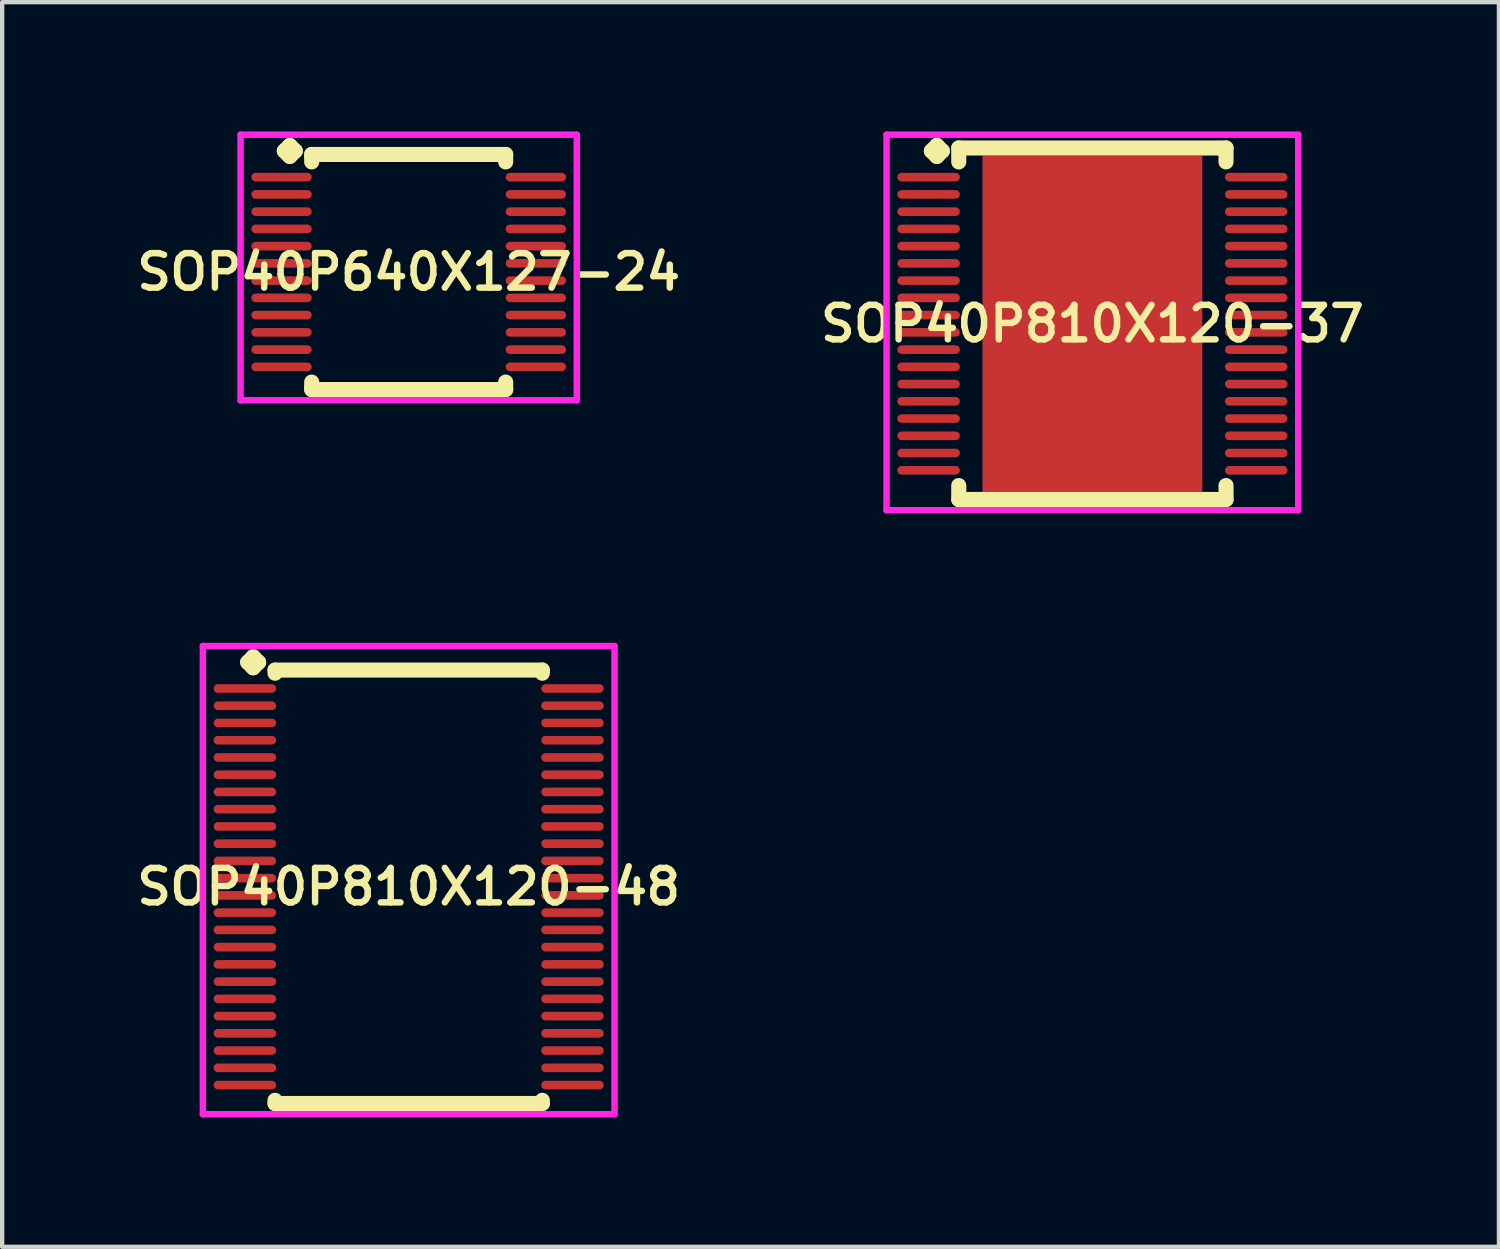
<source format=kicad_pcb>
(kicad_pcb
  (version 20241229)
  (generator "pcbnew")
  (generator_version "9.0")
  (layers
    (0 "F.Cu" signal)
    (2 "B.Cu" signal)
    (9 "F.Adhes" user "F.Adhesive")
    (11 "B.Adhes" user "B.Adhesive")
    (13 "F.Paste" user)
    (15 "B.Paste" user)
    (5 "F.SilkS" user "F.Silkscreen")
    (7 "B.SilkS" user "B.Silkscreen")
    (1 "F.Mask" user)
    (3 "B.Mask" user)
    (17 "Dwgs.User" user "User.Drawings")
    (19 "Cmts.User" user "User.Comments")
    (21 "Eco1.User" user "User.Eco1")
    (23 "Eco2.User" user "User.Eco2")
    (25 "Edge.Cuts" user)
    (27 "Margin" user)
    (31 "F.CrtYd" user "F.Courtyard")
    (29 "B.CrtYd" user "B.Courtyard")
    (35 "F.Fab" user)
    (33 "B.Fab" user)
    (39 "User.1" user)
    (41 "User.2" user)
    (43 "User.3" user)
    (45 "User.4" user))
  (footprint "SOP40P640X127-24"
    (layer "F.Cu")
    (at 6.431 3.26)
    (property "Reference" "SOP40P640X127-24" (at 0 0 0) (layer "F.SilkS") (effects (font (size 0.8 0.8) (thickness 0.15))))
    (attr smd)
    (fp_line (start -2.885 -2.808) (end -2.758 -2.935) (stroke (width 0.35) (type solid)) (layer "F.SilkS"))
    (fp_line (start -2.758 -2.935) (end -2.631 -2.808) (stroke (width 0.35) (type solid)) (layer "F.SilkS"))
    (fp_line (start -2.758 -2.681) (end -2.885 -2.808) (stroke (width 0.35) (type solid)) (layer "F.SilkS"))
    (fp_line (start -2.631 -2.808) (end -2.758 -2.681) (stroke (width 0.35) (type solid)) (layer "F.SilkS"))
    (fp_line (start -2.25 -2.727) (end 2.25 -2.727) (stroke (width 0.35) (type solid)) (layer "F.SilkS"))
    (fp_line (start -2.25 -2.554) (end -2.25 -2.727) (stroke (width 0.35) (type solid)) (layer "F.SilkS"))
    (fp_line (start -2.25 2.554) (end -2.25 2.727) (stroke (width 0.35) (type solid)) (layer "F.SilkS"))
    (fp_line (start -2.25 2.727) (end 2.25 2.727) (stroke (width 0.35) (type solid)) (layer "F.SilkS"))
    (fp_line (start 2.25 -2.727) (end 2.25 -2.554) (stroke (width 0.35) (type solid)) (layer "F.SilkS"))
    (fp_line (start 2.25 2.727) (end 2.25 2.554) (stroke (width 0.35) (type solid)) (layer "F.SilkS"))
    (fp_line (start -3.9 -3.185) (end 3.9 -3.185) (stroke (width 0.15) (type solid)) (layer "F.CrtYd"))
    (fp_line (start -3.9 2.977) (end -3.9 -3.185) (stroke (width 0.15) (type solid)) (layer "F.CrtYd"))
    (fp_line (start 3.9 -3.185) (end 3.9 2.977) (stroke (width 0.15) (type solid)) (layer "F.CrtYd"))
    (fp_line (start 3.9 2.977) (end -3.9 2.977) (stroke (width 0.15) (type solid)) (layer "F.CrtYd"))
    (pad "1" smd oval (at -2.95 -2.2) (size 1.4 0.2) (layers "F.Cu" "F.Mask" "F.Paste"))
    (pad "2" smd oval (at -2.95 -1.8) (size 1.4 0.2) (layers "F.Cu" "F.Mask" "F.Paste"))
    (pad "3" smd oval (at -2.95 -1.4) (size 1.4 0.2) (layers "F.Cu" "F.Mask" "F.Paste"))
    (pad "4" smd oval (at -2.95 -1) (size 1.4 0.2) (layers "F.Cu" "F.Mask" "F.Paste"))
    (pad "5" smd oval (at -2.95 -0.6) (size 1.4 0.2) (layers "F.Cu" "F.Mask" "F.Paste"))
    (pad "6" smd oval (at -2.95 -0.2) (size 1.4 0.2) (layers "F.Cu" "F.Mask" "F.Paste"))
    (pad "7" smd oval (at -2.95 0.2) (size 1.4 0.2) (layers "F.Cu" "F.Mask" "F.Paste"))
    (pad "8" smd oval (at -2.95 0.6) (size 1.4 0.2) (layers "F.Cu" "F.Mask" "F.Paste"))
    (pad "9" smd oval (at -2.95 1) (size 1.4 0.2) (layers "F.Cu" "F.Mask" "F.Paste"))
    (pad "10" smd oval (at -2.95 1.4) (size 1.4 0.2) (layers "F.Cu" "F.Mask" "F.Paste"))
    (pad "11" smd oval (at -2.95 1.8) (size 1.4 0.2) (layers "F.Cu" "F.Mask" "F.Paste"))
    (pad "12" smd oval (at -2.95 2.2) (size 1.4 0.2) (layers "F.Cu" "F.Mask" "F.Paste"))
    (pad "13" smd oval (at 2.95 2.2) (size 1.4 0.2) (layers "F.Cu" "F.Mask" "F.Paste"))
    (pad "14" smd oval (at 2.95 1.8) (size 1.4 0.2) (layers "F.Cu" "F.Mask" "F.Paste"))
    (pad "15" smd oval (at 2.95 1.4) (size 1.4 0.2) (layers "F.Cu" "F.Mask" "F.Paste"))
    (pad "16" smd oval (at 2.95 1) (size 1.4 0.2) (layers "F.Cu" "F.Mask" "F.Paste"))
    (pad "17" smd oval (at 2.95 0.6) (size 1.4 0.2) (layers "F.Cu" "F.Mask" "F.Paste"))
    (pad "18" smd oval (at 2.95 0.2) (size 1.4 0.2) (layers "F.Cu" "F.Mask" "F.Paste"))
    (pad "19" smd oval (at 2.95 -0.2) (size 1.4 0.2) (layers "F.Cu" "F.Mask" "F.Paste"))
    (pad "20" smd oval (at 2.95 -0.6) (size 1.4 0.2) (layers "F.Cu" "F.Mask" "F.Paste"))
    (pad "21" smd oval (at 2.95 -1) (size 1.4 0.2) (layers "F.Cu" "F.Mask" "F.Paste"))
    (pad "22" smd oval (at 2.95 -1.4) (size 1.4 0.2) (layers "F.Cu" "F.Mask" "F.Paste"))
    (pad "23" smd oval (at 2.95 -1.8) (size 1.4 0.2) (layers "F.Cu" "F.Mask" "F.Paste"))
    (pad "24" smd oval (at 2.95 -2.2) (size 1.4 0.2) (layers "F.Cu" "F.Mask" "F.Paste")))
  (footprint "SOP40P810X120-37"
    (layer "F.Cu")
    (at 22.292 4.46)
    (property "Reference" "SOP40P810X120-37" (at 0 0 0) (layer "F.SilkS") (effects (font (size 0.8 0.8) (thickness 0.15))))
    (attr through_hole)
    (fp_line (start -3.735 -4.008) (end -3.608 -4.135) (stroke (width 0.35) (type solid)) (layer "F.SilkS"))
    (fp_line (start -3.608 -4.135) (end -3.481 -4.008) (stroke (width 0.35) (type solid)) (layer "F.SilkS"))
    (fp_line (start -3.608 -3.881) (end -3.735 -4.008) (stroke (width 0.35) (type solid)) (layer "F.SilkS"))
    (fp_line (start -3.481 -4.008) (end -3.608 -3.881) (stroke (width 0.35) (type solid)) (layer "F.SilkS"))
    (fp_line (start -3.1 -4.077) (end 3.1 -4.077) (stroke (width 0.35) (type solid)) (layer "F.SilkS"))
    (fp_line (start -3.1 -3.754) (end -3.1 -4.077) (stroke (width 0.35) (type solid)) (layer "F.SilkS"))
    (fp_line (start -3.1 3.754) (end -3.1 4.077) (stroke (width 0.35) (type solid)) (layer "F.SilkS"))
    (fp_line (start -3.1 4.077) (end 3.1 4.077) (stroke (width 0.35) (type solid)) (layer "F.SilkS"))
    (fp_line (start 3.1 -4.077) (end 3.1 -3.754) (stroke (width 0.35) (type solid)) (layer "F.SilkS"))
    (fp_line (start 3.1 4.077) (end 3.1 3.754) (stroke (width 0.35) (type solid)) (layer "F.SilkS"))
    (fp_line (start -4.775 -4.385) (end 4.775 -4.385) (stroke (width 0.15) (type solid)) (layer "F.CrtYd"))
    (fp_line (start -4.775 4.327) (end -4.775 -4.385) (stroke (width 0.15) (type solid)) (layer "F.CrtYd"))
    (fp_line (start 4.775 -4.385) (end 4.775 4.327) (stroke (width 0.15) (type solid)) (layer "F.CrtYd"))
    (fp_line (start 4.775 4.327) (end -4.775 4.327) (stroke (width 0.15) (type solid)) (layer "F.CrtYd"))
    (pad "1" smd oval (at -3.8 -3.4) (size 1.45 0.2) (layers "F.Cu" "F.Mask" "F.Paste"))
    (pad "2" smd oval (at -3.8 -3) (size 1.45 0.2) (layers "F.Cu" "F.Mask" "F.Paste"))
    (pad "3" smd oval (at -3.8 -2.6) (size 1.45 0.2) (layers "F.Cu" "F.Mask" "F.Paste"))
    (pad "4" smd oval (at -3.8 -2.2) (size 1.45 0.2) (layers "F.Cu" "F.Mask" "F.Paste"))
    (pad "5" smd oval (at -3.8 -1.8) (size 1.45 0.2) (layers "F.Cu" "F.Mask" "F.Paste"))
    (pad "6" smd oval (at -3.8 -1.4) (size 1.45 0.2) (layers "F.Cu" "F.Mask" "F.Paste"))
    (pad "7" smd oval (at -3.8 -1) (size 1.45 0.2) (layers "F.Cu" "F.Mask" "F.Paste"))
    (pad "8" smd oval (at -3.8 -0.6) (size 1.45 0.2) (layers "F.Cu" "F.Mask" "F.Paste"))
    (pad "9" smd oval (at -3.8 -0.2) (size 1.45 0.2) (layers "F.Cu" "F.Mask" "F.Paste"))
    (pad "10" smd oval (at -3.8 0.2) (size 1.45 0.2) (layers "F.Cu" "F.Mask" "F.Paste"))
    (pad "11" smd oval (at -3.8 0.6) (size 1.45 0.2) (layers "F.Cu" "F.Mask" "F.Paste"))
    (pad "12" smd oval (at -3.8 1) (size 1.45 0.2) (layers "F.Cu" "F.Mask" "F.Paste"))
    (pad "13" smd oval (at -3.8 1.4) (size 1.45 0.2) (layers "F.Cu" "F.Mask" "F.Paste"))
    (pad "14" smd oval (at -3.8 1.8) (size 1.45 0.2) (layers "F.Cu" "F.Mask" "F.Paste"))
    (pad "15" smd oval (at -3.8 2.2) (size 1.45 0.2) (layers "F.Cu" "F.Mask" "F.Paste"))
    (pad "16" smd oval (at -3.8 2.6) (size 1.45 0.2) (layers "F.Cu" "F.Mask" "F.Paste"))
    (pad "17" smd oval (at -3.8 3) (size 1.45 0.2) (layers "F.Cu" "F.Mask" "F.Paste"))
    (pad "18" smd oval (at -3.8 3.4) (size 1.45 0.2) (layers "F.Cu" "F.Mask" "F.Paste"))
    (pad "19" smd oval (at 3.8 3.4) (size 1.45 0.2) (layers "F.Cu" "F.Mask" "F.Paste"))
    (pad "20" smd oval (at 3.8 3) (size 1.45 0.2) (layers "F.Cu" "F.Mask" "F.Paste"))
    (pad "21" smd oval (at 3.8 2.6) (size 1.45 0.2) (layers "F.Cu" "F.Mask" "F.Paste"))
    (pad "22" smd oval (at 3.8 2.2) (size 1.45 0.2) (layers "F.Cu" "F.Mask" "F.Paste"))
    (pad "23" smd oval (at 3.8 1.8) (size 1.45 0.2) (layers "F.Cu" "F.Mask" "F.Paste"))
    (pad "24" smd oval (at 3.8 1.4) (size 1.45 0.2) (layers "F.Cu" "F.Mask" "F.Paste"))
    (pad "25" smd oval (at 3.8 1) (size 1.45 0.2) (layers "F.Cu" "F.Mask" "F.Paste"))
    (pad "26" smd oval (at 3.8 0.6) (size 1.45 0.2) (layers "F.Cu" "F.Mask" "F.Paste"))
    (pad "27" smd oval (at 3.8 0.2) (size 1.45 0.2) (layers "F.Cu" "F.Mask" "F.Paste"))
    (pad "28" smd oval (at 3.8 -0.2) (size 1.45 0.2) (layers "F.Cu" "F.Mask" "F.Paste"))
    (pad "29" smd oval (at 3.8 -0.6) (size 1.45 0.2) (layers "F.Cu" "F.Mask" "F.Paste"))
    (pad "30" smd oval (at 3.8 -1) (size 1.45 0.2) (layers "F.Cu" "F.Mask" "F.Paste"))
    (pad "31" smd oval (at 3.8 -1.4) (size 1.45 0.2) (layers "F.Cu" "F.Mask" "F.Paste"))
    (pad "32" smd oval (at 3.8 -1.8) (size 1.45 0.2) (layers "F.Cu" "F.Mask" "F.Paste"))
    (pad "33" smd oval (at 3.8 -2.2) (size 1.45 0.2) (layers "F.Cu" "F.Mask" "F.Paste"))
    (pad "34" smd oval (at 3.8 -2.6) (size 1.45 0.2) (layers "F.Cu" "F.Mask" "F.Paste"))
    (pad "35" smd oval (at 3.8 -3) (size 1.45 0.2) (layers "F.Cu" "F.Mask" "F.Paste"))
    (pad "36" smd oval (at 3.8 -3.4) (size 1.45 0.2) (layers "F.Cu" "F.Mask" "F.Paste"))
    (pad "37" smd rect (at 0 0) (size 5.1 7.8) (layers "F.Cu" "F.Mask" "F.Paste")))
  (footprint "SOP40P810X120-48"
    (layer "F.Cu")
    (at 6.431 17.522)
    (property "Reference" "SOP40P810X120-48" (at 0 0 0) (layer "F.SilkS") (effects (font (size 0.8 0.8) (thickness 0.15))))
    (attr through_hole)
    (fp_line (start -3.735 -5.208) (end -3.608 -5.335) (stroke (width 0.35) (type solid)) (layer "F.SilkS"))
    (fp_line (start -3.608 -5.335) (end -3.481 -5.208) (stroke (width 0.35) (type solid)) (layer "F.SilkS"))
    (fp_line (start -3.608 -5.081) (end -3.735 -5.208) (stroke (width 0.35) (type solid)) (layer "F.SilkS"))
    (fp_line (start -3.481 -5.208) (end -3.608 -5.081) (stroke (width 0.35) (type solid)) (layer "F.SilkS"))
    (fp_line (start -3.1 -5.027) (end 3.1 -5.027) (stroke (width 0.35) (type solid)) (layer "F.SilkS"))
    (fp_line (start -3.1 -4.954) (end -3.1 -5.027) (stroke (width 0.35) (type solid)) (layer "F.SilkS"))
    (fp_line (start -3.1 4.954) (end -3.1 5.027) (stroke (width 0.35) (type solid)) (layer "F.SilkS"))
    (fp_line (start -3.1 5.027) (end 3.1 5.027) (stroke (width 0.35) (type solid)) (layer "F.SilkS"))
    (fp_line (start 3.1 -5.027) (end 3.1 -4.954) (stroke (width 0.35) (type solid)) (layer "F.SilkS"))
    (fp_line (start 3.1 5.027) (end 3.1 4.954) (stroke (width 0.35) (type solid)) (layer "F.SilkS"))
    (fp_line (start -4.775 -5.585) (end 4.775 -5.585) (stroke (width 0.15) (type solid)) (layer "F.CrtYd"))
    (fp_line (start -4.775 5.277) (end -4.775 -5.585) (stroke (width 0.15) (type solid)) (layer "F.CrtYd"))
    (fp_line (start 4.775 -5.585) (end 4.775 5.277) (stroke (width 0.15) (type solid)) (layer "F.CrtYd"))
    (fp_line (start 4.775 5.277) (end -4.775 5.277) (stroke (width 0.15) (type solid)) (layer "F.CrtYd"))
    (pad "1" smd oval (at -3.8 -4.6) (size 1.45 0.2) (layers "F.Cu" "F.Mask" "F.Paste"))
    (pad "2" smd oval (at -3.8 -4.2) (size 1.45 0.2) (layers "F.Cu" "F.Mask" "F.Paste"))
    (pad "3" smd oval (at -3.8 -3.8) (size 1.45 0.2) (layers "F.Cu" "F.Mask" "F.Paste"))
    (pad "4" smd oval (at -3.8 -3.4) (size 1.45 0.2) (layers "F.Cu" "F.Mask" "F.Paste"))
    (pad "5" smd oval (at -3.8 -3) (size 1.45 0.2) (layers "F.Cu" "F.Mask" "F.Paste"))
    (pad "6" smd oval (at -3.8 -2.6) (size 1.45 0.2) (layers "F.Cu" "F.Mask" "F.Paste"))
    (pad "7" smd oval (at -3.8 -2.2) (size 1.45 0.2) (layers "F.Cu" "F.Mask" "F.Paste"))
    (pad "8" smd oval (at -3.8 -1.8) (size 1.45 0.2) (layers "F.Cu" "F.Mask" "F.Paste"))
    (pad "9" smd oval (at -3.8 -1.4) (size 1.45 0.2) (layers "F.Cu" "F.Mask" "F.Paste"))
    (pad "10" smd oval (at -3.8 -1) (size 1.45 0.2) (layers "F.Cu" "F.Mask" "F.Paste"))
    (pad "11" smd oval (at -3.8 -0.6) (size 1.45 0.2) (layers "F.Cu" "F.Mask" "F.Paste"))
    (pad "12" smd oval (at -3.8 -0.2) (size 1.45 0.2) (layers "F.Cu" "F.Mask" "F.Paste"))
    (pad "13" smd oval (at -3.8 0.2) (size 1.45 0.2) (layers "F.Cu" "F.Mask" "F.Paste"))
    (pad "14" smd oval (at -3.8 0.6) (size 1.45 0.2) (layers "F.Cu" "F.Mask" "F.Paste"))
    (pad "15" smd oval (at -3.8 1) (size 1.45 0.2) (layers "F.Cu" "F.Mask" "F.Paste"))
    (pad "16" smd oval (at -3.8 1.4) (size 1.45 0.2) (layers "F.Cu" "F.Mask" "F.Paste"))
    (pad "17" smd oval (at -3.8 1.8) (size 1.45 0.2) (layers "F.Cu" "F.Mask" "F.Paste"))
    (pad "18" smd oval (at -3.8 2.2) (size 1.45 0.2) (layers "F.Cu" "F.Mask" "F.Paste"))
    (pad "19" smd oval (at -3.8 2.6) (size 1.45 0.2) (layers "F.Cu" "F.Mask" "F.Paste"))
    (pad "20" smd oval (at -3.8 3) (size 1.45 0.2) (layers "F.Cu" "F.Mask" "F.Paste"))
    (pad "21" smd oval (at -3.8 3.4) (size 1.45 0.2) (layers "F.Cu" "F.Mask" "F.Paste"))
    (pad "22" smd oval (at -3.8 3.8) (size 1.45 0.2) (layers "F.Cu" "F.Mask" "F.Paste"))
    (pad "23" smd oval (at -3.8 4.2) (size 1.45 0.2) (layers "F.Cu" "F.Mask" "F.Paste"))
    (pad "24" smd oval (at -3.8 4.6) (size 1.45 0.2) (layers "F.Cu" "F.Mask" "F.Paste"))
    (pad "25" smd oval (at 3.8 4.6) (size 1.45 0.2) (layers "F.Cu" "F.Mask" "F.Paste"))
    (pad "26" smd oval (at 3.8 4.2) (size 1.45 0.2) (layers "F.Cu" "F.Mask" "F.Paste"))
    (pad "27" smd oval (at 3.8 3.8) (size 1.45 0.2) (layers "F.Cu" "F.Mask" "F.Paste"))
    (pad "28" smd oval (at 3.8 3.4) (size 1.45 0.2) (layers "F.Cu" "F.Mask" "F.Paste"))
    (pad "29" smd oval (at 3.8 3) (size 1.45 0.2) (layers "F.Cu" "F.Mask" "F.Paste"))
    (pad "30" smd oval (at 3.8 2.6) (size 1.45 0.2) (layers "F.Cu" "F.Mask" "F.Paste"))
    (pad "31" smd oval (at 3.8 2.2) (size 1.45 0.2) (layers "F.Cu" "F.Mask" "F.Paste"))
    (pad "32" smd oval (at 3.8 1.8) (size 1.45 0.2) (layers "F.Cu" "F.Mask" "F.Paste"))
    (pad "33" smd oval (at 3.8 1.4) (size 1.45 0.2) (layers "F.Cu" "F.Mask" "F.Paste"))
    (pad "34" smd oval (at 3.8 1) (size 1.45 0.2) (layers "F.Cu" "F.Mask" "F.Paste"))
    (pad "35" smd oval (at 3.8 0.6) (size 1.45 0.2) (layers "F.Cu" "F.Mask" "F.Paste"))
    (pad "36" smd oval (at 3.8 0.2) (size 1.45 0.2) (layers "F.Cu" "F.Mask" "F.Paste"))
    (pad "37" smd oval (at 3.8 -0.2) (size 1.45 0.2) (layers "F.Cu" "F.Mask" "F.Paste"))
    (pad "38" smd oval (at 3.8 -0.6) (size 1.45 0.2) (layers "F.Cu" "F.Mask" "F.Paste"))
    (pad "39" smd oval (at 3.8 -1) (size 1.45 0.2) (layers "F.Cu" "F.Mask" "F.Paste"))
    (pad "40" smd oval (at 3.8 -1.4) (size 1.45 0.2) (layers "F.Cu" "F.Mask" "F.Paste"))
    (pad "41" smd oval (at 3.8 -1.8) (size 1.45 0.2) (layers "F.Cu" "F.Mask" "F.Paste"))
    (pad "42" smd oval (at 3.8 -2.2) (size 1.45 0.2) (layers "F.Cu" "F.Mask" "F.Paste"))
    (pad "43" smd oval (at 3.8 -2.6) (size 1.45 0.2) (layers "F.Cu" "F.Mask" "F.Paste"))
    (pad "44" smd oval (at 3.8 -3) (size 1.45 0.2) (layers "F.Cu" "F.Mask" "F.Paste"))
    (pad "45" smd oval (at 3.8 -3.4) (size 1.45 0.2) (layers "F.Cu" "F.Mask" "F.Paste"))
    (pad "46" smd oval (at 3.8 -3.8) (size 1.45 0.2) (layers "F.Cu" "F.Mask" "F.Paste"))
    (pad "47" smd oval (at 3.8 -4.2) (size 1.45 0.2) (layers "F.Cu" "F.Mask" "F.Paste"))
    (pad "48" smd oval (at 3.8 -4.6) (size 1.45 0.2) (layers "F.Cu" "F.Mask" "F.Paste")))
  (gr_rect
    (start -3 -3)
    (end 31.723 25.874)
    (stroke (width 0.1) (type default))
    (fill no)
    (layer "Edge.Cuts")))
</source>
